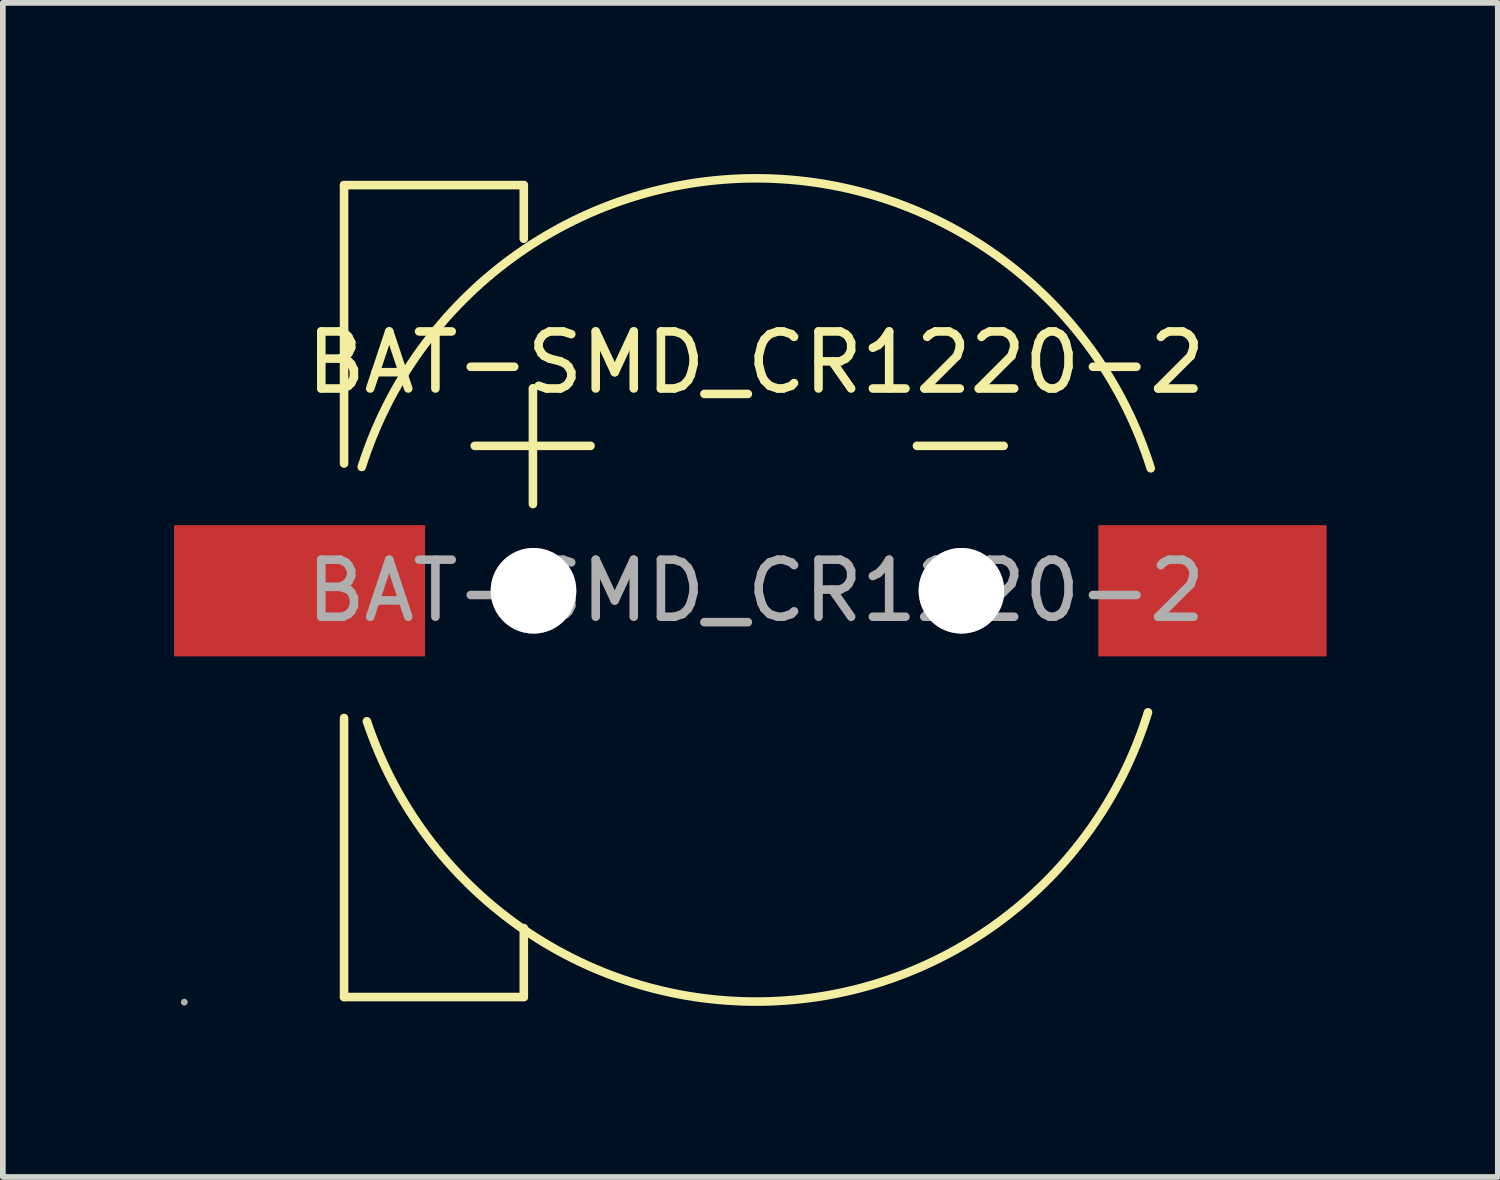
<source format=kicad_pcb>
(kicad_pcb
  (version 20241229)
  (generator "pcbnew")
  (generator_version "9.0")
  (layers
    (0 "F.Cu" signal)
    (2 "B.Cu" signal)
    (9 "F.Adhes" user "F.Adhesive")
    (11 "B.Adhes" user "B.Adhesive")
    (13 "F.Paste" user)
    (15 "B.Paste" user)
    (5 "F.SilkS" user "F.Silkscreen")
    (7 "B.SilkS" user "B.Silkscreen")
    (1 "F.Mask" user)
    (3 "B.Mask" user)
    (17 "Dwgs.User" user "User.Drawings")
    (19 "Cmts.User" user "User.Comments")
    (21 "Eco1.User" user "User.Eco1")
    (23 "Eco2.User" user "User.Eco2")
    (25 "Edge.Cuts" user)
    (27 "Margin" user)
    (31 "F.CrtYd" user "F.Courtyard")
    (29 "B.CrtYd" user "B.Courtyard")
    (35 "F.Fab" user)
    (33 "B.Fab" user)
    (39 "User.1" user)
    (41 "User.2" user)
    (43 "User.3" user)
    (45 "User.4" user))
  (footprint "BAT-SMD_CR1220-2"
    (layer "F.Cu")
    (at 10.2 7.304)
    (property "Reference" "BAT-SMD_CR1220-2" (at 0 -4 0) (layer "F.SilkS") (effects (font (size 1 1) (thickness 0.15))))
    (attr smd)
    (fp_line (start -7.22 -7.11) (end -7.22 -2.23) (stroke (width 0.15) (type solid)) (layer "F.SilkS"))
    (fp_line (start -7.22 2.23) (end -7.22 7.12) (stroke (width 0.15) (type solid)) (layer "F.SilkS"))
    (fp_line (start -7.22 7.12) (end -4.07 7.12) (stroke (width 0.15) (type solid)) (layer "F.SilkS"))
    (fp_line (start -4.93 -2.54) (end -2.9 -2.54) (stroke (width 0.15) (type solid)) (layer "F.SilkS"))
    (fp_line (start -4.07 -7.11) (end -7.22 -7.11) (stroke (width 0.15) (type solid)) (layer "F.SilkS"))
    (fp_line (start -4.07 -6.17) (end -4.07 -7.11) (stroke (width 0.15) (type solid)) (layer "F.SilkS"))
    (fp_line (start -4.07 7.12) (end -4.07 5.91) (stroke (width 0.15) (type solid)) (layer "F.SilkS"))
    (fp_line (start -3.91 -1.52) (end -3.91 -3.55) (stroke (width 0.15) (type solid)) (layer "F.SilkS"))
    (fp_line (start 2.82 -2.54) (end 4.34 -2.54) (stroke (width 0.15) (type solid)) (layer "F.SilkS"))
    (fp_arc (start -6.91 -2.17) (mid 0.012661 -7.228727) (end 6.917608 -2.145848) (stroke (width 0.15) (type solid)) (layer "F.SilkS"))
    (fp_arc (start 6.87 2.13) (mid 0.08224 7.199196) (end -6.819706 2.286601) (stroke (width 0.15) (type solid)) (layer "F.SilkS"))
    (fp_circle (center -3.91 0) (end -3.66 0) (stroke (width 0.5) (type solid)) (fill no) (layer "Cmts.User"))
    (fp_circle (center 3.58 0) (end 3.83 0) (stroke (width 0.5) (type solid)) (fill no) (layer "Cmts.User"))
    (fp_circle (center -10.02 7.21) (end -9.99 7.21) (stroke (width 0.06) (type solid)) (fill no) (layer "F.Fab"))
    (fp_text user "${REFERENCE}" (at 0 0 0) (layer "F.Fab") (effects (font (size 1 1) (thickness 0.15))))
    (pad "" thru_hole circle (at -3.9 0) (size 1.5 1.5) (drill 1.5) (layers "*.Cu" "*.Mask"))
    (pad "" thru_hole circle (at 3.6 0) (size 1.5 1.5) (drill 1.5) (layers "*.Cu" "*.Mask"))
    (pad "1" smd rect (at -8 0 180) (size 4.4 2.3) (layers "F.Cu" "F.Mask" "F.Paste"))
    (pad "2" smd rect (at 8 0 180) (size 4 2.3) (layers "F.Cu" "F.Mask" "F.Paste")))
  (gr_rect
    (start -3 -3)
    (end 23.2 17.578)
    (stroke (width 0.1) (type default))
    (fill no)
    (layer "Edge.Cuts")))
</source>
